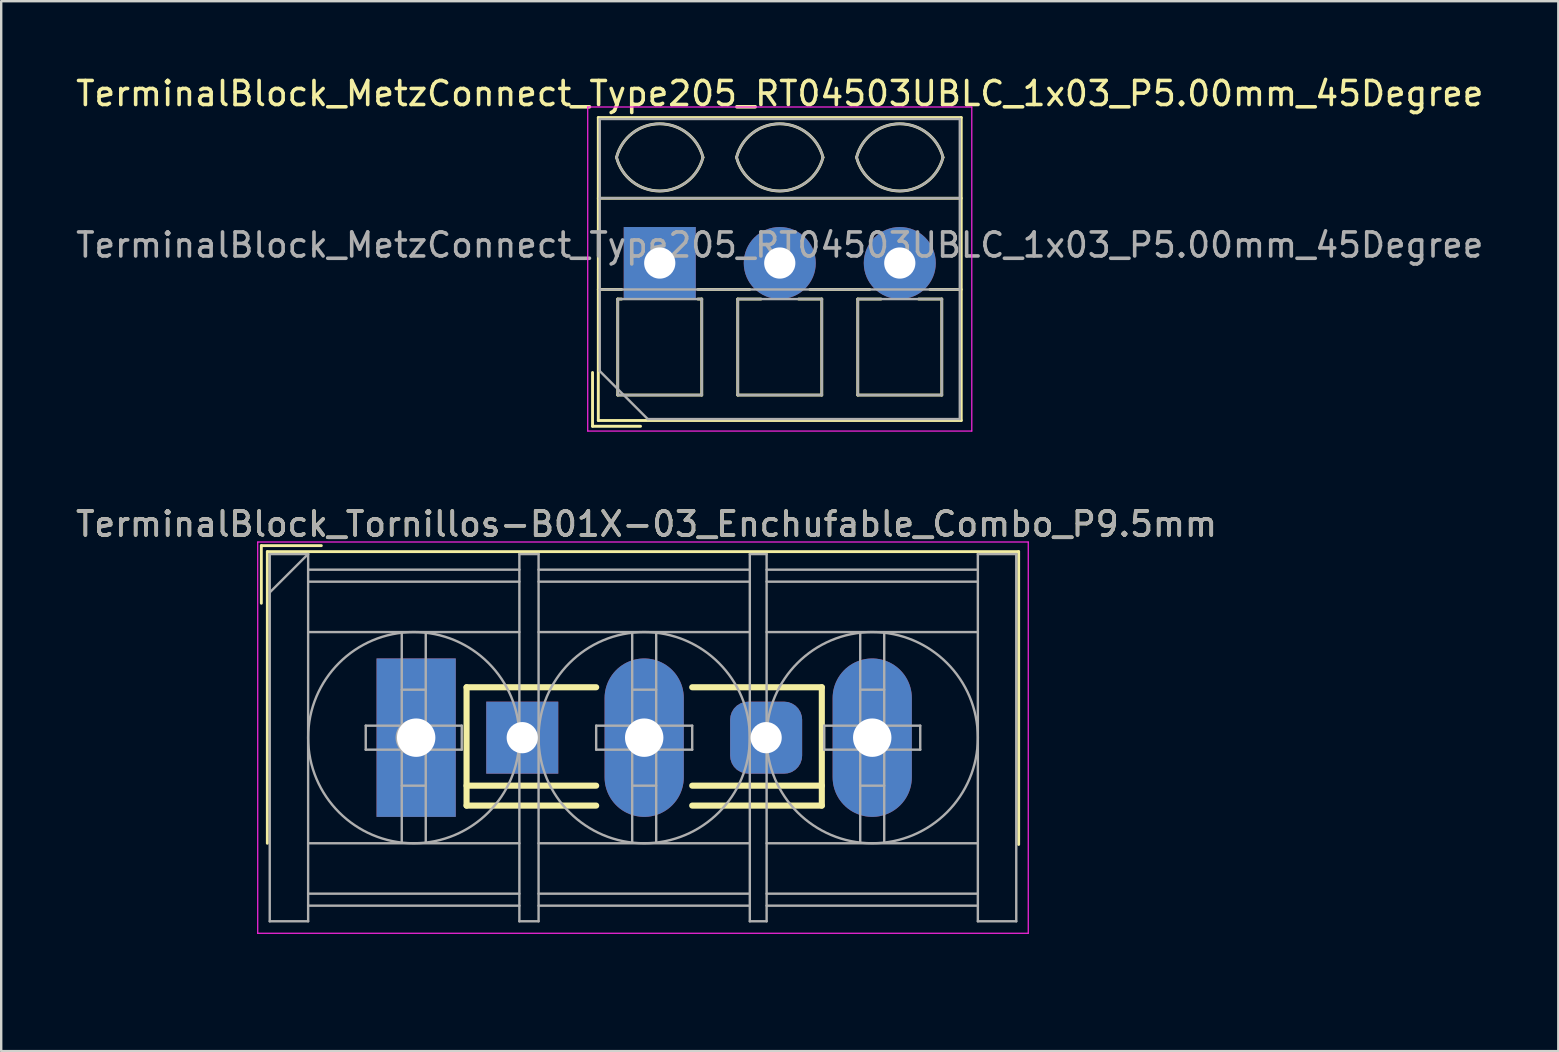
<source format=kicad_pcb>
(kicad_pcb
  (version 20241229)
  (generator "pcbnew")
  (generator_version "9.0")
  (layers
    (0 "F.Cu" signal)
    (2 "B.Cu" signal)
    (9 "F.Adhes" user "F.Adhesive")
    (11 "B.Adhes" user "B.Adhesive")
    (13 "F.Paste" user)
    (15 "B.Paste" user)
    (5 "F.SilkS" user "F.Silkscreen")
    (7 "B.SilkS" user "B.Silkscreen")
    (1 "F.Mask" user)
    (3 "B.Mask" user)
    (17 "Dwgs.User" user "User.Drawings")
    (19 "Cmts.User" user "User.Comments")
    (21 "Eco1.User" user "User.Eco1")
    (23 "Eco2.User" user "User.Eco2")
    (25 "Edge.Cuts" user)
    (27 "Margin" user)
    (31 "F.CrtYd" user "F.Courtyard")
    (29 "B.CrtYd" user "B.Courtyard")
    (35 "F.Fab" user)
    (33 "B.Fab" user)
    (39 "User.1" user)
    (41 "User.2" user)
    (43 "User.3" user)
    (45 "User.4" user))
  (footprint "TerminalBlock_MetzConnect_Type205_RT04503UBLC_1x03_P5.00mm_45Degree"
    (layer "F.Cu")
    (at 24.435 7.908)
    (property "Reference" "TerminalBlock_MetzConnect_Type205_RT04503UBLC_1x03_P5.00mm_45Degree" (at 5 -7.06 0) (layer "F.SilkS") (effects (font (size 1 1) (thickness 0.15))))
    (attr through_hole)
    (fp_line (start -2.8 4.56) (end -2.8 6.8) (stroke (width 0.12) (type solid)) (layer "F.SilkS"))
    (fp_line (start -2.8 6.8) (end -0.8 6.8) (stroke (width 0.12) (type solid)) (layer "F.SilkS"))
    (fp_line (start -2.56 -6.06) (end -2.56 6.56) (stroke (width 0.12) (type solid)) (layer "F.SilkS"))
    (fp_line (start -2.56 -6.06) (end 12.56 -6.06) (stroke (width 0.12) (type solid)) (layer "F.SilkS"))
    (fp_line (start -2.56 -2.7) (end 12.56 -2.7) (stroke (width 0.12) (type solid)) (layer "F.SilkS"))
    (fp_line (start -2.56 1.1) (end -1.59 1.1) (stroke (width 0.12) (type solid)) (layer "F.SilkS"))
    (fp_line (start -2.56 6.56) (end 12.56 6.56) (stroke (width 0.12) (type solid)) (layer "F.SilkS"))
    (fp_line (start -1.75 1.5) (end -1.75 5.5) (stroke (width 0.12) (type solid)) (layer "F.SilkS"))
    (fp_line (start -1.75 1.5) (end -1.59 1.5) (stroke (width 0.12) (type solid)) (layer "F.SilkS"))
    (fp_line (start -1.75 5.5) (end 1.75 5.5) (stroke (width 0.12) (type solid)) (layer "F.SilkS"))
    (fp_line (start 1.59 1.1) (end 3.744 1.1) (stroke (width 0.12) (type solid)) (layer "F.SilkS"))
    (fp_line (start 1.59 1.5) (end 1.75 1.5) (stroke (width 0.12) (type solid)) (layer "F.SilkS"))
    (fp_line (start 1.75 1.5) (end 1.75 5.5) (stroke (width 0.12) (type solid)) (layer "F.SilkS"))
    (fp_line (start 3.25 1.5) (end 3.25 5.5) (stroke (width 0.12) (type solid)) (layer "F.SilkS"))
    (fp_line (start 3.25 1.5) (end 4.216 1.5) (stroke (width 0.12) (type solid)) (layer "F.SilkS"))
    (fp_line (start 3.25 5.5) (end 6.75 5.5) (stroke (width 0.12) (type solid)) (layer "F.SilkS"))
    (fp_line (start 5.785 1.5) (end 6.75 1.5) (stroke (width 0.12) (type solid)) (layer "F.SilkS"))
    (fp_line (start 6.257 1.1) (end 8.744 1.1) (stroke (width 0.12) (type solid)) (layer "F.SilkS"))
    (fp_line (start 6.75 1.5) (end 6.75 5.5) (stroke (width 0.12) (type solid)) (layer "F.SilkS"))
    (fp_line (start 8.25 1.5) (end 8.25 5.5) (stroke (width 0.12) (type solid)) (layer "F.SilkS"))
    (fp_line (start 8.25 1.5) (end 9.216 1.5) (stroke (width 0.12) (type solid)) (layer "F.SilkS"))
    (fp_line (start 8.25 5.5) (end 11.75 5.5) (stroke (width 0.12) (type solid)) (layer "F.SilkS"))
    (fp_line (start 10.785 1.5) (end 11.75 1.5) (stroke (width 0.12) (type solid)) (layer "F.SilkS"))
    (fp_line (start 11.257 1.1) (end 12.56 1.1) (stroke (width 0.12) (type solid)) (layer "F.SilkS"))
    (fp_line (start 11.75 1.5) (end 11.75 5.5) (stroke (width 0.12) (type solid)) (layer "F.SilkS"))
    (fp_line (start 12.56 -6.06) (end 12.56 6.56) (stroke (width 0.12) (type solid)) (layer "F.SilkS"))
    (fp_arc (start -1.800846 -4.400605) (mid 0.000312 -5.801077) (end 1.801 -4.4) (stroke (width 0.12) (type solid)) (layer "F.SilkS"))
    (fp_arc (start 1.8 -4.4) (mid -0.000903 -3.000646) (end -1.800445 -4.401751) (stroke (width 0.12) (type solid)) (layer "F.SilkS"))
    (fp_arc (start 3.199154 -4.400605) (mid 5.000312 -5.801077) (end 6.801 -4.4) (stroke (width 0.12) (type solid)) (layer "F.SilkS"))
    (fp_arc (start 6.8 -4.4) (mid 4.999097 -3.000646) (end 3.199555 -4.401751) (stroke (width 0.12) (type solid)) (layer "F.SilkS"))
    (fp_arc (start 8.199154 -4.400605) (mid 10.000312 -5.801077) (end 11.801 -4.4) (stroke (width 0.12) (type solid)) (layer "F.SilkS"))
    (fp_arc (start 11.8 -4.4) (mid 9.999097 -3.000646) (end 8.199555 -4.401751) (stroke (width 0.12) (type solid)) (layer "F.SilkS"))
    (fp_line (start -3 -6.5) (end -3 7) (stroke (width 0.05) (type solid)) (layer "F.CrtYd"))
    (fp_line (start -3 7) (end 13 7) (stroke (width 0.05) (type solid)) (layer "F.CrtYd"))
    (fp_line (start 13 -6.5) (end -3 -6.5) (stroke (width 0.05) (type solid)) (layer "F.CrtYd"))
    (fp_line (start 13 7) (end 13 -6.5) (stroke (width 0.05) (type solid)) (layer "F.CrtYd"))
    (fp_line (start -2.5 -6) (end 12.5 -6) (stroke (width 0.1) (type solid)) (layer "F.Fab"))
    (fp_line (start -2.5 -2.7) (end 12.5 -2.7) (stroke (width 0.1) (type solid)) (layer "F.Fab"))
    (fp_line (start -2.5 1.1) (end 12.5 1.1) (stroke (width 0.1) (type solid)) (layer "F.Fab"))
    (fp_line (start -2.5 4.5) (end -2.5 -6) (stroke (width 0.1) (type solid)) (layer "F.Fab"))
    (fp_line (start -1.75 1.5) (end -1.75 5.5) (stroke (width 0.1) (type solid)) (layer "F.Fab"))
    (fp_line (start -1.75 5.5) (end 1.75 5.5) (stroke (width 0.1) (type solid)) (layer "F.Fab"))
    (fp_line (start -0.5 6.5) (end -2.5 4.5) (stroke (width 0.1) (type solid)) (layer "F.Fab"))
    (fp_line (start 1.75 1.5) (end -1.75 1.5) (stroke (width 0.1) (type solid)) (layer "F.Fab"))
    (fp_line (start 1.75 5.5) (end 1.75 1.5) (stroke (width 0.1) (type solid)) (layer "F.Fab"))
    (fp_line (start 3.25 1.5) (end 3.25 5.5) (stroke (width 0.1) (type solid)) (layer "F.Fab"))
    (fp_line (start 3.25 5.5) (end 6.75 5.5) (stroke (width 0.1) (type solid)) (layer "F.Fab"))
    (fp_line (start 6.75 1.5) (end 3.25 1.5) (stroke (width 0.1) (type solid)) (layer "F.Fab"))
    (fp_line (start 6.75 5.5) (end 6.75 1.5) (stroke (width 0.1) (type solid)) (layer "F.Fab"))
    (fp_line (start 8.25 1.5) (end 8.25 5.5) (stroke (width 0.1) (type solid)) (layer "F.Fab"))
    (fp_line (start 8.25 5.5) (end 11.75 5.5) (stroke (width 0.1) (type solid)) (layer "F.Fab"))
    (fp_line (start 11.75 1.5) (end 8.25 1.5) (stroke (width 0.1) (type solid)) (layer "F.Fab"))
    (fp_line (start 11.75 5.5) (end 11.75 1.5) (stroke (width 0.1) (type solid)) (layer "F.Fab"))
    (fp_line (start 12.5 -6) (end 12.5 6.5) (stroke (width 0.1) (type solid)) (layer "F.Fab"))
    (fp_line (start 12.5 6.5) (end -0.5 6.5) (stroke (width 0.1) (type solid)) (layer "F.Fab"))
    (fp_arc (start -1.800846 -4.400605) (mid 0.000312 -5.801077) (end 1.801 -4.4) (stroke (width 0.1) (type solid)) (layer "F.Fab"))
    (fp_arc (start 1.8 -4.4) (mid -0.000903 -3.000646) (end -1.800445 -4.401751) (stroke (width 0.1) (type solid)) (layer "F.Fab"))
    (fp_arc (start 3.199154 -4.400605) (mid 5.000312 -5.801077) (end 6.801 -4.4) (stroke (width 0.1) (type solid)) (layer "F.Fab"))
    (fp_arc (start 6.8 -4.4) (mid 4.999097 -3.000646) (end 3.199555 -4.401751) (stroke (width 0.1) (type solid)) (layer "F.Fab"))
    (fp_arc (start 8.199154 -4.400605) (mid 10.000312 -5.801077) (end 11.801 -4.4) (stroke (width 0.1) (type solid)) (layer "F.Fab"))
    (fp_arc (start 11.8 -4.4) (mid 9.999097 -3.000646) (end 8.199555 -4.401751) (stroke (width 0.1) (type solid)) (layer "F.Fab"))
    (fp_text user "${REFERENCE}" (at 5 -0.75 0) (layer "F.Fab") (effects (font (size 1 1) (thickness 0.15))))
    (pad "1" thru_hole rect (at 0 0) (size 3 3) (drill 1.3) (layers "*.Cu" "*.Mask"))
    (pad "2" thru_hole circle (at 5 0) (size 3 3) (drill 1.3) (layers "*.Cu" "*.Mask"))
    (pad "3" thru_hole circle (at 10 0) (size 3 3) (drill 1.3) (layers "*.Cu" "*.Mask")))
  (footprint "TerminalBlock_Tornillos-B01X-03_Enchufable_Combo_P9.5mm"
    (layer "F.Cu")
    (at 13.787 27.681)
    (property "Reference" "TerminalBlock_Tornillos-B01X-03_Enchufable_Combo_P9.5mm" (at 10.1 -8.9 0) (layer "F.SilkS") (effects (font (size 1 1) (thickness 0.15))))
    (attr through_hole)
    (fp_line (start -5.95 -8) (end -3.45 -8) (stroke (width 0.12) (type solid)) (layer "F.SilkS"))
    (fp_line (start -5.95 -5.6) (end -5.95 -8) (stroke (width 0.12) (type solid)) (layer "F.SilkS"))
    (fp_line (start -5.7 -7.75) (end 25.6 -7.75) (stroke (width 0.12) (type solid)) (layer "F.SilkS"))
    (fp_line (start -5.7 4.4) (end -5.7 -7.75) (stroke (width 0.12) (type solid)) (layer "F.SilkS"))
    (fp_line (start 2.6 -2.1) (end 2.6 2.83) (stroke (width 0.254) (type solid)) (layer "F.SilkS"))
    (fp_line (start 2.6 -2.1) (end 8 -2.1) (stroke (width 0.254) (type solid)) (layer "F.SilkS"))
    (fp_line (start 2.6 2) (end 8 2) (stroke (width 0.254) (type solid)) (layer "F.SilkS"))
    (fp_line (start 2.6 2.83) (end 8 2.83) (stroke (width 0.254) (type solid)) (layer "F.SilkS"))
    (fp_line (start 12 -2.1) (end 17.4 -2.1) (stroke (width 0.254) (type solid)) (layer "F.SilkS"))
    (fp_line (start 17.4 -2.1) (end 17.4 2.83) (stroke (width 0.254) (type solid)) (layer "F.SilkS"))
    (fp_line (start 17.4 2) (end 12 2) (stroke (width 0.254) (type solid)) (layer "F.SilkS"))
    (fp_line (start 17.4 2.83) (end 12 2.83) (stroke (width 0.254) (type solid)) (layer "F.SilkS"))
    (fp_line (start 25.6 -7.75) (end 25.6 4.45) (stroke (width 0.12) (type solid)) (layer "F.SilkS"))
    (fp_line (start -5.7 7.75) (end 25.6 7.75) (stroke (width 0.12) (type solid)) (layer "Eco2.User"))
    (fp_line (start 2.36 9.93) (end 2.36 2.83) (stroke (width 0.254) (type solid)) (layer "Eco2.User"))
    (fp_line (start 2.36 9.93) (end 17.66 9.93) (stroke (width 0.254) (type solid)) (layer "Eco2.User"))
    (fp_line (start 17.66 9.13) (end 2.36 9.13) (stroke (width 0.254) (type solid)) (layer "Eco2.User"))
    (fp_line (start 17.66 9.93) (end 17.66 2.83) (stroke (width 0.254) (type solid)) (layer "Eco2.User"))
    (fp_line (start -6.1 -8.15) (end 26 -8.15) (stroke (width 0.05) (type solid)) (layer "F.CrtYd"))
    (fp_line (start -6.1 8.15) (end -6.1 -8.15) (stroke (width 0.05) (type solid)) (layer "F.CrtYd"))
    (fp_line (start -6.1 8.15) (end 26 8.15) (stroke (width 0.05) (type solid)) (layer "F.CrtYd"))
    (fp_line (start 26 -8.15) (end 26 8.15) (stroke (width 0.05) (type solid)) (layer "F.CrtYd"))
    (fp_line (start -5.6 -7.65) (end -5.6 7.65) (stroke (width 0.1) (type solid)) (layer "F.Fab"))
    (fp_line (start -5.6 -7.65) (end -4 -7.65) (stroke (width 0.1) (type solid)) (layer "F.Fab"))
    (fp_line (start -5.6 7.65) (end -4 7.65) (stroke (width 0.1) (type solid)) (layer "F.Fab"))
    (fp_line (start -4 -7.65) (end -5.6 -6.05) (stroke (width 0.1) (type solid)) (layer "F.Fab"))
    (fp_line (start -4 -7.65) (end -4 7.65) (stroke (width 0.1) (type solid)) (layer "F.Fab"))
    (fp_line (start -4 -7) (end 4.8 -7) (stroke (width 0.1) (type solid)) (layer "F.Fab"))
    (fp_line (start -4 -6.5) (end 4.8 -6.5) (stroke (width 0.1) (type solid)) (layer "F.Fab"))
    (fp_line (start -4 -4.4) (end 4.8 -4.4) (stroke (width 0.1) (type solid)) (layer "F.Fab"))
    (fp_line (start -4 4.4) (end 4.8 4.4) (stroke (width 0.1) (type solid)) (layer "F.Fab"))
    (fp_line (start -4 6.5) (end 4.8 6.5) (stroke (width 0.1) (type solid)) (layer "F.Fab"))
    (fp_line (start -4 7) (end 4.8 7) (stroke (width 0.1) (type solid)) (layer "F.Fab"))
    (fp_line (start -1.6 -0.5) (end -1.6 0.5) (stroke (width 0.1) (type solid)) (layer "F.Fab"))
    (fp_line (start -1.6 0.5) (end -0.1 0.5) (stroke (width 0.1) (type solid)) (layer "F.Fab"))
    (fp_line (start -0.1 -4.35) (end -0.1 -0.5) (stroke (width 0.1) (type solid)) (layer "F.Fab"))
    (fp_line (start -0.1 -2) (end 0.9 -2) (stroke (width 0.1) (type solid)) (layer "F.Fab"))
    (fp_line (start -0.1 -0.5) (end -1.6 -0.5) (stroke (width 0.1) (type solid)) (layer "F.Fab"))
    (fp_line (start -0.1 0.5) (end -0.1 4.35) (stroke (width 0.1) (type solid)) (layer "F.Fab"))
    (fp_line (start -0.1 2) (end 0.9 2) (stroke (width 0.1) (type solid)) (layer "F.Fab"))
    (fp_line (start 0.9 -4.35) (end 0.9 -0.5) (stroke (width 0.1) (type solid)) (layer "F.Fab"))
    (fp_line (start 0.9 -0.5) (end 2.4 -0.5) (stroke (width 0.1) (type solid)) (layer "F.Fab"))
    (fp_line (start 0.9 0.5) (end 0.9 4.35) (stroke (width 0.1) (type solid)) (layer "F.Fab"))
    (fp_line (start 2.4 -0.5) (end 2.4 0.5) (stroke (width 0.1) (type solid)) (layer "F.Fab"))
    (fp_line (start 2.4 0.5) (end 0.9 0.5) (stroke (width 0.1) (type solid)) (layer "F.Fab"))
    (fp_line (start 4.8 -7.65) (end 4.8 7.65) (stroke (width 0.1) (type solid)) (layer "F.Fab"))
    (fp_line (start 4.8 -7.65) (end 5.6 -7.65) (stroke (width 0.1) (type solid)) (layer "F.Fab"))
    (fp_line (start 4.8 7.65) (end 5.6 7.65) (stroke (width 0.1) (type solid)) (layer "F.Fab"))
    (fp_line (start 5.6 -7.65) (end 5.6 7.65) (stroke (width 0.1) (type solid)) (layer "F.Fab"))
    (fp_line (start 5.6 -7) (end 14.4 -7) (stroke (width 0.1) (type solid)) (layer "F.Fab"))
    (fp_line (start 5.6 -6.5) (end 14.4 -6.5) (stroke (width 0.1) (type solid)) (layer "F.Fab"))
    (fp_line (start 5.6 -4.4) (end 14.4 -4.4) (stroke (width 0.1) (type solid)) (layer "F.Fab"))
    (fp_line (start 5.6 4.4) (end 14.4 4.4) (stroke (width 0.1) (type solid)) (layer "F.Fab"))
    (fp_line (start 5.6 6.5) (end 14.4 6.5) (stroke (width 0.1) (type solid)) (layer "F.Fab"))
    (fp_line (start 5.6 7) (end 14.4 7) (stroke (width 0.1) (type solid)) (layer "F.Fab"))
    (fp_line (start 8 -0.5) (end 8 0.5) (stroke (width 0.1) (type solid)) (layer "F.Fab"))
    (fp_line (start 8 0.5) (end 9.5 0.5) (stroke (width 0.1) (type solid)) (layer "F.Fab"))
    (fp_line (start 9.5 -4.35) (end 9.5 -0.5) (stroke (width 0.1) (type solid)) (layer "F.Fab"))
    (fp_line (start 9.5 -2) (end 10.5 -2) (stroke (width 0.1) (type solid)) (layer "F.Fab"))
    (fp_line (start 9.5 -0.5) (end 8 -0.5) (stroke (width 0.1) (type solid)) (layer "F.Fab"))
    (fp_line (start 9.5 0.5) (end 9.5 4.35) (stroke (width 0.1) (type solid)) (layer "F.Fab"))
    (fp_line (start 9.5 2) (end 10.5 2) (stroke (width 0.1) (type solid)) (layer "F.Fab"))
    (fp_line (start 10.5 -4.35) (end 10.5 -0.5) (stroke (width 0.1) (type solid)) (layer "F.Fab"))
    (fp_line (start 10.5 -0.5) (end 12 -0.5) (stroke (width 0.1) (type solid)) (layer "F.Fab"))
    (fp_line (start 10.5 0.5) (end 10.5 4.35) (stroke (width 0.1) (type solid)) (layer "F.Fab"))
    (fp_line (start 12 -0.5) (end 12 0.5) (stroke (width 0.1) (type solid)) (layer "F.Fab"))
    (fp_line (start 12 0.5) (end 10.5 0.5) (stroke (width 0.1) (type solid)) (layer "F.Fab"))
    (fp_line (start 14.4 -7.65) (end 14.4 7.65) (stroke (width 0.1) (type solid)) (layer "F.Fab"))
    (fp_line (start 14.4 -7.65) (end 15.1 -7.65) (stroke (width 0.1) (type solid)) (layer "F.Fab"))
    (fp_line (start 14.4 7.65) (end 15.1 7.65) (stroke (width 0.1) (type solid)) (layer "F.Fab"))
    (fp_line (start 15.1 -7.65) (end 15.1 7.65) (stroke (width 0.1) (type solid)) (layer "F.Fab"))
    (fp_line (start 15.1 -7) (end 23.9 -7) (stroke (width 0.1) (type solid)) (layer "F.Fab"))
    (fp_line (start 15.1 -6.5) (end 23.9 -6.5) (stroke (width 0.1) (type solid)) (layer "F.Fab"))
    (fp_line (start 15.1 -4.4) (end 23.9 -4.4) (stroke (width 0.1) (type solid)) (layer "F.Fab"))
    (fp_line (start 15.1 4.4) (end 23.9 4.4) (stroke (width 0.1) (type solid)) (layer "F.Fab"))
    (fp_line (start 15.1 6.5) (end 23.9 6.5) (stroke (width 0.1) (type solid)) (layer "F.Fab"))
    (fp_line (start 15.1 7) (end 23.9 7) (stroke (width 0.1) (type solid)) (layer "F.Fab"))
    (fp_line (start 17.5 -0.5) (end 17.5 0.5) (stroke (width 0.1) (type solid)) (layer "F.Fab"))
    (fp_line (start 17.5 0.5) (end 19 0.5) (stroke (width 0.1) (type solid)) (layer "F.Fab"))
    (fp_line (start 19 -4.35) (end 19 -0.5) (stroke (width 0.1) (type solid)) (layer "F.Fab"))
    (fp_line (start 19 -2) (end 20 -2) (stroke (width 0.1) (type solid)) (layer "F.Fab"))
    (fp_line (start 19 -0.5) (end 17.5 -0.5) (stroke (width 0.1) (type solid)) (layer "F.Fab"))
    (fp_line (start 19 0.5) (end 19 4.35) (stroke (width 0.1) (type solid)) (layer "F.Fab"))
    (fp_line (start 19 2) (end 20 2) (stroke (width 0.1) (type solid)) (layer "F.Fab"))
    (fp_line (start 20 -4.35) (end 20 -0.5) (stroke (width 0.1) (type solid)) (layer "F.Fab"))
    (fp_line (start 20 -0.5) (end 21.5 -0.5) (stroke (width 0.1) (type solid)) (layer "F.Fab"))
    (fp_line (start 20 0.5) (end 20 4.35) (stroke (width 0.1) (type solid)) (layer "F.Fab"))
    (fp_line (start 21.5 -0.5) (end 21.5 0.5) (stroke (width 0.1) (type solid)) (layer "F.Fab"))
    (fp_line (start 21.5 0.5) (end 20 0.5) (stroke (width 0.1) (type solid)) (layer "F.Fab"))
    (fp_line (start 23.9 -7.65) (end 23.9 7.65) (stroke (width 0.1) (type solid)) (layer "F.Fab"))
    (fp_line (start 23.9 -7.65) (end 25.5 -7.65) (stroke (width 0.1) (type solid)) (layer "F.Fab"))
    (fp_line (start 23.9 7.65) (end 25.5 7.65) (stroke (width 0.1) (type solid)) (layer "F.Fab"))
    (fp_line (start 25.5 -7.65) (end 25.5 7.65) (stroke (width 0.1) (type solid)) (layer "F.Fab"))
    (fp_circle (center 0.4 0) (end 0.9 0.5) (stroke (width 0.1) (type solid)) (fill no) (layer "F.Fab"))
    (fp_circle (center 0.4 0) (end 4.8 0) (stroke (width 0.1) (type solid)) (fill no) (layer "F.Fab"))
    (fp_circle (center 10 0) (end 10.5 0.5) (stroke (width 0.1) (type solid)) (fill no) (layer "F.Fab"))
    (fp_circle (center 10 0) (end 14.4 0) (stroke (width 0.1) (type solid)) (fill no) (layer "F.Fab"))
    (fp_circle (center 19.5 0) (end 20 0.5) (stroke (width 0.1) (type solid)) (fill no) (layer "F.Fab"))
    (fp_circle (center 19.5 0) (end 23.9 0) (stroke (width 0.1) (type solid)) (fill no) (layer "F.Fab"))
    (fp_text user "${REFERENCE}" (at 10.1 -8.9 0) (layer "F.Fab") (effects (font (size 1 1) (thickness 0.15))))
    (pad "1" thru_hole rect (at 0.5 0) (size 3.3 6.6) (drill 1.6) (layers "*.Cu" "*.Mask"))
    (pad "1" thru_hole rect (at 4.92 0) (size 3 3) (drill 1.3) (layers "*.Cu" "*.Mask"))
    (pad "2" thru_hole oval (at 10 0) (size 3.3 6.6) (drill 1.6) (layers "*.Cu" "*.Mask"))
    (pad "3" thru_hole roundrect (at 15.08 0) (size 3 3) (drill 1.3) (layers "*.Cu" "*.Mask") (roundrect_rratio 0.25))
    (pad "3" thru_hole oval (at 19.5 0) (size 3.3 6.6) (drill 1.6) (layers "*.Cu" "*.Mask")))
  (gr_rect
    (start -3 -3)
    (end 61.869 40.739)
    (stroke (width 0.1) (type default))
    (fill no)
    (layer "Edge.Cuts")))
</source>
